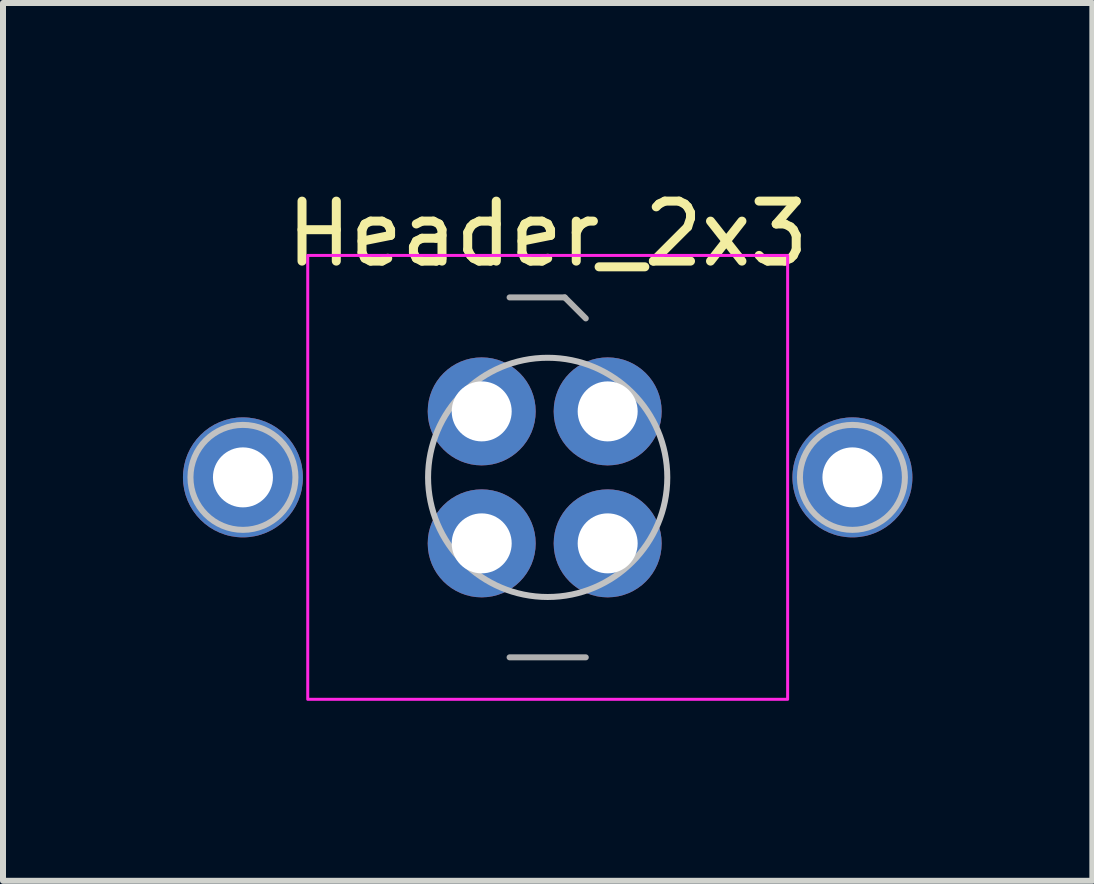
<source format=kicad_pcb>
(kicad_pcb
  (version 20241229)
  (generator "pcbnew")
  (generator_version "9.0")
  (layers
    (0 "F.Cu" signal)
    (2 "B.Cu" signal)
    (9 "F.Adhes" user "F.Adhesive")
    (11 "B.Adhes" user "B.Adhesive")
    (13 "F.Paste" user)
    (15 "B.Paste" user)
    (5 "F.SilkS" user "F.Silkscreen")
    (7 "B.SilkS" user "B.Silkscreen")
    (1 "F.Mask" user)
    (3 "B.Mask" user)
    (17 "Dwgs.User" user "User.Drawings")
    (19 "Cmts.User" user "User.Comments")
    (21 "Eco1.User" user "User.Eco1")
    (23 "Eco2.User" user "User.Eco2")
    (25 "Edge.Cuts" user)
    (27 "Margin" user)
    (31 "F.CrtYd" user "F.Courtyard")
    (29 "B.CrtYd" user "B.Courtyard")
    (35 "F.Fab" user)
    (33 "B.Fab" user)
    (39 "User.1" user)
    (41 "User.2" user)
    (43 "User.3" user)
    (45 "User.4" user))
  (footprint "Header_2x3"
    (layer "F.Cu")
    (at 6.08 4.908)
    (property "Reference" "Header_2x3" (at 0 -4.06 0) (layer "F.SilkS") (effects (font (size 1 1) (thickness 0.15))))
    (attr smd)
    (fp_circle (center -5.08 0) (end -4.68 0) (stroke (width 0.1) (type solid)) (fill yes) (layer "B.Mask"))
    (fp_circle (center -1.1 -1.1) (end -0.7 -1.1) (stroke (width 0.1) (type solid)) (fill yes) (layer "B.Mask"))
    (fp_circle (center -1.1 1.1) (end -0.7 1.1) (stroke (width 0.1) (type solid)) (fill yes) (layer "B.Mask"))
    (fp_circle (center 1 -1.1) (end 1.4 -1.1) (stroke (width 0.1) (type solid)) (fill yes) (layer "B.Mask"))
    (fp_circle (center 1 1.1) (end 1.4 1.1) (stroke (width 0.1) (type solid)) (fill yes) (layer "B.Mask"))
    (fp_circle (center 5.08 0) (end 5.48 0) (stroke (width 0.1) (type solid)) (fill yes) (layer "B.Mask"))
    (fp_circle (center -5.08 0) (end -4.205 0) (stroke (width 0.1) (type solid)) (fill no) (layer "Dwgs.User"))
    (fp_circle (center 0 0) (end 1.994 0) (stroke (width 0.1) (type solid)) (fill no) (layer "Dwgs.User"))
    (fp_circle (center 5.08 0) (end 5.955 0) (stroke (width 0.1) (type solid)) (fill no) (layer "Dwgs.User"))
    (fp_rect (start -4 -3.7) (end 4 3.7) (stroke (width 0.05) (type default)) (fill no) (layer "F.CrtYd"))
    (fp_line (start -0.635 -3) (end 0.285 -3) (stroke (width 0.1) (type solid)) (layer "F.Fab"))
    (fp_line (start 0.635 -2.65) (end 0.285 -3) (stroke (width 0.1) (type solid)) (layer "F.Fab"))
    (fp_line (start 0.635 3) (end -0.635 3) (stroke (width 0.1) (type solid)) (layer "F.Fab"))
    (pad "1" thru_hole circle (at -1.1 1.1) (size 1.8 1.8) (drill 1) (layers "*.Cu" "F.Mask"))
    (pad "2" thru_hole circle (at 1 1.1) (size 1.8 1.8) (drill 1) (layers "*.Cu" "F.Mask"))
    (pad "3" thru_hole circle (at 1 -1.1) (size 1.8 1.8) (drill 1) (layers "*.Cu" "F.Mask"))
    (pad "4" thru_hole circle (at -1.1 -1.1) (size 1.8 1.8) (drill 1) (layers "*.Cu" "F.Mask"))
    (pad "5" thru_hole circle (at -5.08 0) (size 2 2) (drill 1) (layers "*.Cu" "F.Mask"))
    (pad "6" thru_hole circle (at 5.08 0) (size 2 2) (drill 1) (layers "*.Cu" "F.Mask")))
  (gr_rect
    (start -3 -3)
    (end 15.16 11.633)
    (stroke (width 0.1) (type default))
    (fill no)
    (layer "Edge.Cuts")))
</source>
